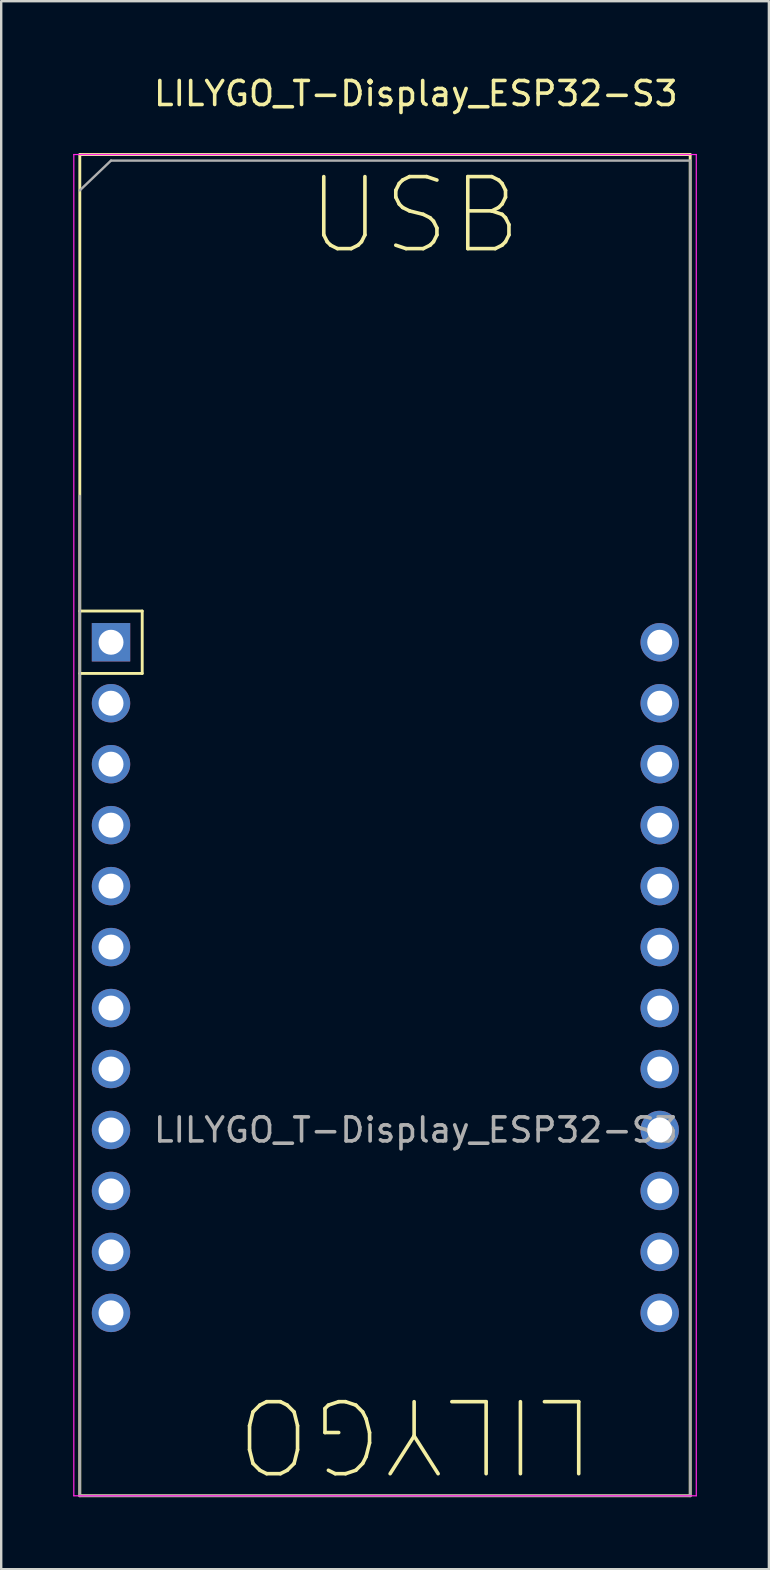
<source format=kicad_pcb>
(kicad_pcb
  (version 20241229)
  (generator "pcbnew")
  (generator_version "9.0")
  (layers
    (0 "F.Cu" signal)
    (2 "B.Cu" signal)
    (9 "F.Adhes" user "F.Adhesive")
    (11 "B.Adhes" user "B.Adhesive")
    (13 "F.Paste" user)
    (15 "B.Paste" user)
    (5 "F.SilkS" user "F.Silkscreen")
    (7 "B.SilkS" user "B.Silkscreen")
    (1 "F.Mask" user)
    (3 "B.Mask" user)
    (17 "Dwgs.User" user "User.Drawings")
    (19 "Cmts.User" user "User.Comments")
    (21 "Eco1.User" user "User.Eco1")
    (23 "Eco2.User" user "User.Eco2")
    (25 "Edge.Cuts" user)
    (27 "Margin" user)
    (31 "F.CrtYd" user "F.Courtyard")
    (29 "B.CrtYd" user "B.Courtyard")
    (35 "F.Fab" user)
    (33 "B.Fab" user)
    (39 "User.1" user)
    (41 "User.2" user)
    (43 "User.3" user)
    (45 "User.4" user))
  (footprint "LILYGO_T-Display_ESP32-S3"
    (layer "F.Cu")
    (at 1.575 23.708)
    (property "Reference" "LILYGO_T-Display_ESP32-S3" (at 12.7 -22.86 0) (layer "F.SilkS") (effects (font (size 1 1) (thickness 0.15))))
    (attr through_hole)
    (fp_line (start -1.3 -20.32) (end 24.13 -20.32) (stroke (width 0.12) (type solid)) (layer "F.SilkS"))
    (fp_line (start -1.3 -1.3) (end 1.3 -1.3) (stroke (width 0.12) (type solid)) (layer "F.SilkS"))
    (fp_line (start -1.3 35.56) (end -1.3 -20.32) (stroke (width 0.12) (type solid)) (layer "F.SilkS"))
    (fp_line (start 1.3 -1.3) (end 1.3 1.3) (stroke (width 0.12) (type solid)) (layer "F.SilkS"))
    (fp_line (start 1.3 1.3) (end -1.3 1.3) (stroke (width 0.12) (type solid)) (layer "F.SilkS"))
    (fp_line (start 24.13 -20.32) (end 24.13 35.56) (stroke (width 0.12) (type solid)) (layer "F.SilkS"))
    (fp_line (start 24.13 35.56) (end -1.3 35.56) (stroke (width 0.12) (type solid)) (layer "F.SilkS"))
    (fp_line (start -1.55 -20.32) (end 24.384 -20.32) (stroke (width 0.05) (type solid)) (layer "F.CrtYd"))
    (fp_line (start -1.55 35.56) (end -1.55 -20.32) (stroke (width 0.05) (type solid)) (layer "F.CrtYd"))
    (fp_line (start 24.384 -20.32) (end 24.384 35.56) (stroke (width 0.05) (type solid)) (layer "F.CrtYd"))
    (fp_line (start 24.384 35.56) (end -1.55 35.56) (stroke (width 0.05) (type solid)) (layer "F.CrtYd"))
    (fp_line (start -1.301 -18.826) (end 0 -20.068) (stroke (width 0.1) (type solid)) (layer "F.Fab"))
    (fp_line (start -1.301 35.56) (end -1.301 -6.096) (stroke (width 0.1) (type solid)) (layer "F.Fab"))
    (fp_line (start 0 -20.068) (end 24.13 -20.068) (stroke (width 0.1) (type solid)) (layer "F.Fab"))
    (fp_line (start 24.13 -20.068) (end 24.13 35.56) (stroke (width 0.1) (type solid)) (layer "F.Fab"))
    (fp_line (start 24.13 35.56) (end -1.301 35.56) (stroke (width 0.1) (type solid)) (layer "F.Fab"))
    (fp_text user "LILYGO" (at 12.7 33.02 180) (unlocked yes) (layer "F.SilkS") (effects (font (size 3 3) (thickness 0.15))))
    (fp_text user "USB" (at 12.65 -17.78 0) (unlocked yes) (layer "F.SilkS") (effects (font (size 3 3) (thickness 0.15))))
    (fp_text user "${REFERENCE}" (at 12.7 20.32 0) (layer "F.Fab") (effects (font (size 1 1) (thickness 0.15))))
    (pad "1" thru_hole rect (at 0 0) (size 1.6 1.6) (drill 1.04) (layers "*.Cu" "*.Mask"))
    (pad "2" thru_hole circle (at 0 2.54) (size 1.6 1.6) (drill 1.04) (layers "*.Cu" "*.Mask"))
    (pad "3" thru_hole circle (at 0 5.08) (size 1.6 1.6) (drill 1.04) (layers "*.Cu" "*.Mask"))
    (pad "4" thru_hole circle (at 0 7.62) (size 1.6 1.6) (drill 1.04) (layers "*.Cu" "*.Mask"))
    (pad "5" thru_hole circle (at 0 10.16) (size 1.6 1.6) (drill 1.04) (layers "*.Cu" "*.Mask"))
    (pad "6" thru_hole circle (at 0 12.7) (size 1.6 1.6) (drill 1.04) (layers "*.Cu" "*.Mask"))
    (pad "7" thru_hole circle (at 0 15.24) (size 1.6 1.6) (drill 1.04) (layers "*.Cu" "*.Mask"))
    (pad "8" thru_hole circle (at 0 17.78) (size 1.6 1.6) (drill 1.04) (layers "*.Cu" "*.Mask"))
    (pad "9" thru_hole circle (at 0 20.32) (size 1.6 1.6) (drill 1.04) (layers "*.Cu" "*.Mask"))
    (pad "10" thru_hole circle (at 0 22.86) (size 1.6 1.6) (drill 1.04) (layers "*.Cu" "*.Mask"))
    (pad "11" thru_hole circle (at 0 25.4) (size 1.6 1.6) (drill 1.04) (layers "*.Cu" "*.Mask"))
    (pad "12" thru_hole circle (at 0 27.94) (size 1.6 1.6) (drill 1.04) (layers "*.Cu" "*.Mask"))
    (pad "20" thru_hole circle (at 22.86 0) (size 1.6 1.6) (drill 1.04) (layers "*.Cu" "*.Mask"))
    (pad "21" thru_hole circle (at 22.86 2.54) (size 1.6 1.6) (drill 1.04) (layers "*.Cu" "*.Mask"))
    (pad "22" thru_hole circle (at 22.86 5.08) (size 1.6 1.6) (drill 1.04) (layers "*.Cu" "*.Mask"))
    (pad "23" thru_hole circle (at 22.86 7.62) (size 1.6 1.6) (drill 1.04) (layers "*.Cu" "*.Mask"))
    (pad "24" thru_hole circle (at 22.86 10.16) (size 1.6 1.6) (drill 1.04) (layers "*.Cu" "*.Mask"))
    (pad "25" thru_hole circle (at 22.86 12.7) (size 1.6 1.6) (drill 1.04) (layers "*.Cu" "*.Mask"))
    (pad "26" thru_hole circle (at 22.86 15.24) (size 1.6 1.6) (drill 1.04) (layers "*.Cu" "*.Mask"))
    (pad "27" thru_hole circle (at 22.86 17.78) (size 1.6 1.6) (drill 1.04) (layers "*.Cu" "*.Mask"))
    (pad "28" thru_hole circle (at 22.86 20.32) (size 1.6 1.6) (drill 1.04) (layers "*.Cu" "*.Mask"))
    (pad "29" thru_hole circle (at 22.86 22.86) (size 1.6 1.6) (drill 1.04) (layers "*.Cu" "*.Mask"))
    (pad "30" thru_hole circle (at 22.86 25.4) (size 1.6 1.6) (drill 1.04) (layers "*.Cu" "*.Mask"))
    (pad "31" thru_hole circle (at 22.86 27.94) (size 1.6 1.6) (drill 1.04) (layers "*.Cu" "*.Mask")))
  (gr_rect
    (start -3 -3)
    (end 28.984 62.328)
    (stroke (width 0.1) (type default))
    (fill no)
    (layer "Edge.Cuts")))
</source>
